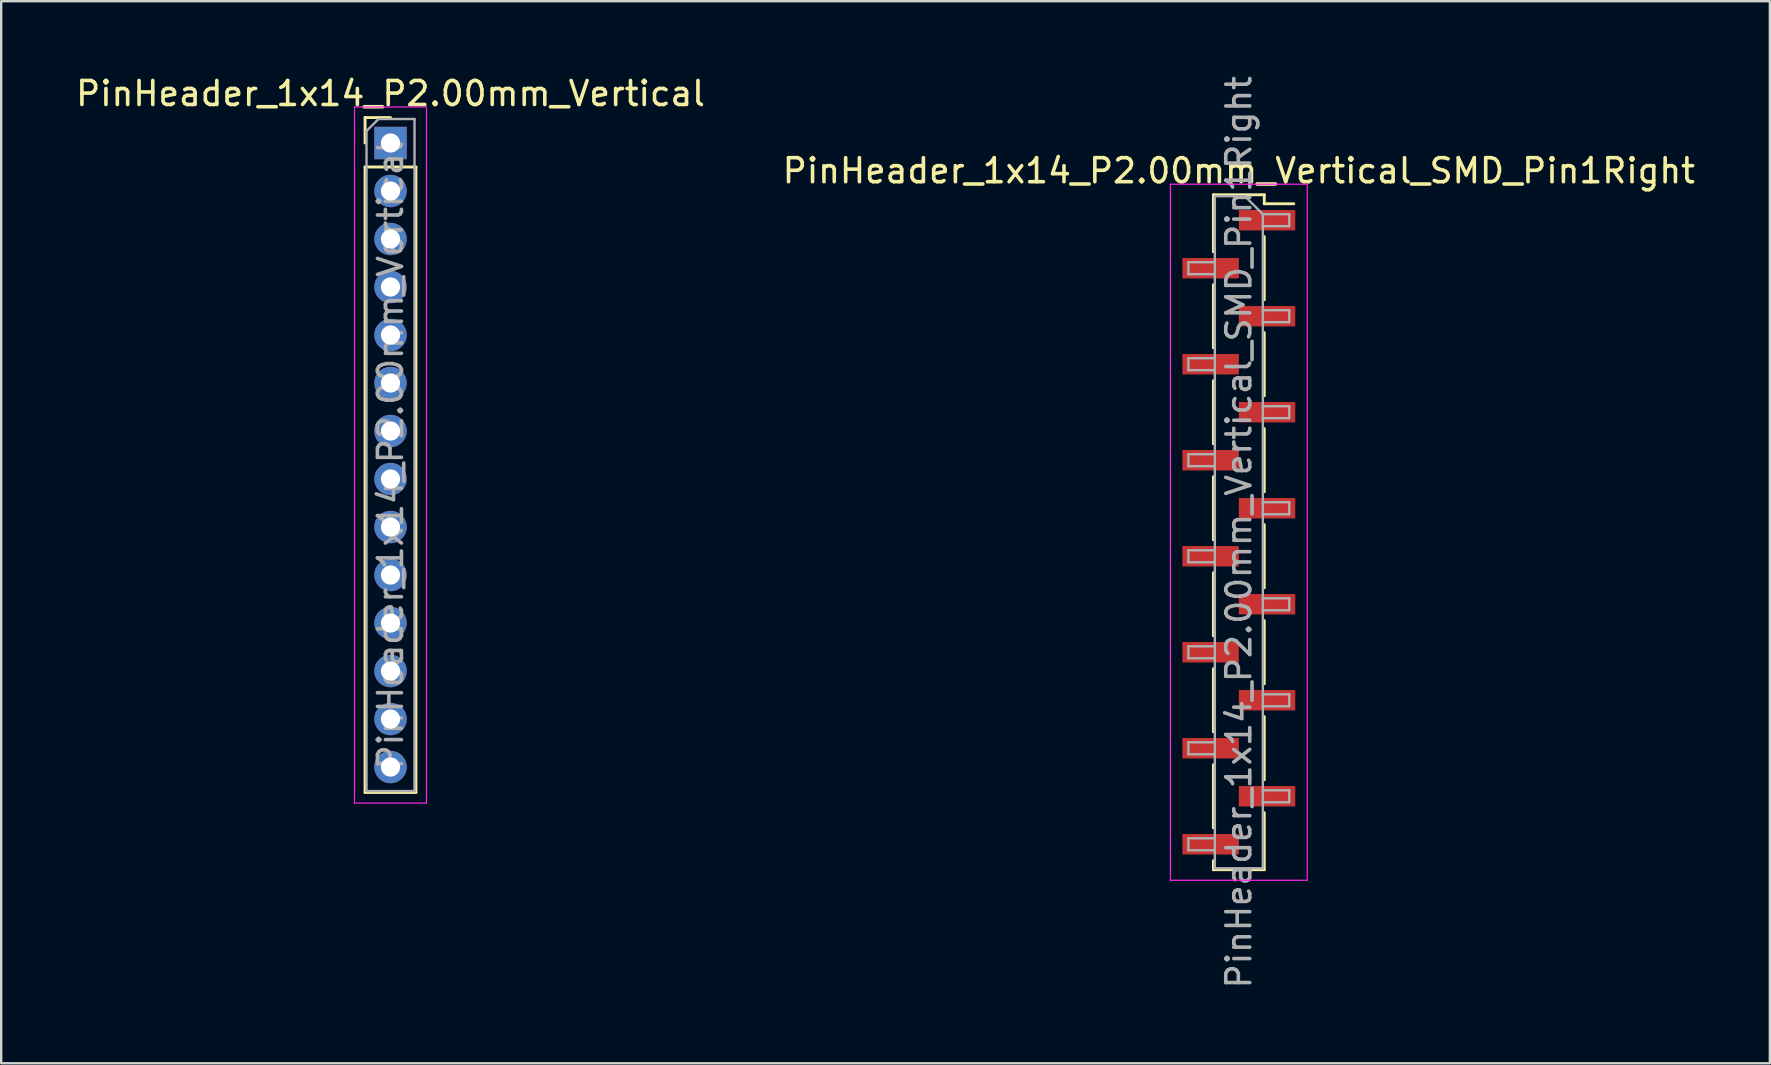
<source format=kicad_pcb>
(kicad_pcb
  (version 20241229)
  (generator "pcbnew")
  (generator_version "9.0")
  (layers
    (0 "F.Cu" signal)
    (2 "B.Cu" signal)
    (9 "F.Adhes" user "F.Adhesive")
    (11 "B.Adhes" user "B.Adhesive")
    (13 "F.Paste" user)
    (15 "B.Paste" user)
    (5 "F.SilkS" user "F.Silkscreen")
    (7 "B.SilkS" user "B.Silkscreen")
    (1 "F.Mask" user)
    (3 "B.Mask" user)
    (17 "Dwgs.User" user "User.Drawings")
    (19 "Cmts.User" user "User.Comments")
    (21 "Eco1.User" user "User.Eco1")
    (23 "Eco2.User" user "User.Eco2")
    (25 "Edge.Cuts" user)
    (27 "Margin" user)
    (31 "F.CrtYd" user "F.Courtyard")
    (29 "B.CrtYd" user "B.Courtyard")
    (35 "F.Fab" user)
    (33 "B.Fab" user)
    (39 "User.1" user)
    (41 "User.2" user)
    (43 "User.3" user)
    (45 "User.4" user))
  (footprint "PinHeader_1x14_P2.00mm_Vertical_SMD_Pin1Right"
    (layer "F.Cu")
    (at 48.565 19.125)
    (property "Reference" "PinHeader_1x14_P2.00mm_Vertical_SMD_Pin1Right" (at 0 -15.06 0) (layer "F.SilkS") (effects (font (size 1 1) (thickness 0.15))))
    (attr smd)
    (fp_line (start -1.06 -14.06) (end -1.06 -11.685) (stroke (width 0.12) (type solid)) (layer "F.SilkS"))
    (fp_line (start -1.06 -14.06) (end 1.06 -14.06) (stroke (width 0.12) (type solid)) (layer "F.SilkS"))
    (fp_line (start -1.06 -10.315) (end -1.06 -7.685) (stroke (width 0.12) (type solid)) (layer "F.SilkS"))
    (fp_line (start -1.06 -6.315) (end -1.06 -3.685) (stroke (width 0.12) (type solid)) (layer "F.SilkS"))
    (fp_line (start -1.06 -2.315) (end -1.06 0.315) (stroke (width 0.12) (type solid)) (layer "F.SilkS"))
    (fp_line (start -1.06 1.685) (end -1.06 4.315) (stroke (width 0.12) (type solid)) (layer "F.SilkS"))
    (fp_line (start -1.06 5.685) (end -1.06 8.315) (stroke (width 0.12) (type solid)) (layer "F.SilkS"))
    (fp_line (start -1.06 9.685) (end -1.06 12.315) (stroke (width 0.12) (type solid)) (layer "F.SilkS"))
    (fp_line (start -1.06 13.685) (end -1.06 14.06) (stroke (width 0.12) (type solid)) (layer "F.SilkS"))
    (fp_line (start -1.06 14.06) (end 1.06 14.06) (stroke (width 0.12) (type solid)) (layer "F.SilkS"))
    (fp_line (start 1.06 -14.06) (end 1.06 -13.685) (stroke (width 0.12) (type solid)) (layer "F.SilkS"))
    (fp_line (start 1.06 -13.685) (end 2.29 -13.685) (stroke (width 0.12) (type solid)) (layer "F.SilkS"))
    (fp_line (start 1.06 -12.315) (end 1.06 -9.685) (stroke (width 0.12) (type solid)) (layer "F.SilkS"))
    (fp_line (start 1.06 -8.315) (end 1.06 -5.685) (stroke (width 0.12) (type solid)) (layer "F.SilkS"))
    (fp_line (start 1.06 -4.315) (end 1.06 -1.685) (stroke (width 0.12) (type solid)) (layer "F.SilkS"))
    (fp_line (start 1.06 -0.315) (end 1.06 2.315) (stroke (width 0.12) (type solid)) (layer "F.SilkS"))
    (fp_line (start 1.06 3.685) (end 1.06 6.315) (stroke (width 0.12) (type solid)) (layer "F.SilkS"))
    (fp_line (start 1.06 7.685) (end 1.06 10.315) (stroke (width 0.12) (type solid)) (layer "F.SilkS"))
    (fp_line (start 1.06 11.685) (end 1.06 14.06) (stroke (width 0.12) (type solid)) (layer "F.SilkS"))
    (fp_line (start -2.85 -14.5) (end -2.85 14.5) (stroke (width 0.05) (type solid)) (layer "F.CrtYd"))
    (fp_line (start -2.85 14.5) (end 2.85 14.5) (stroke (width 0.05) (type solid)) (layer "F.CrtYd"))
    (fp_line (start 2.85 -14.5) (end -2.85 -14.5) (stroke (width 0.05) (type solid)) (layer "F.CrtYd"))
    (fp_line (start 2.85 14.5) (end 2.85 -14.5) (stroke (width 0.05) (type solid)) (layer "F.CrtYd"))
    (fp_line (start -2.1 -11.25) (end -2.1 -10.75) (stroke (width 0.1) (type solid)) (layer "F.Fab"))
    (fp_line (start -2.1 -10.75) (end -1 -10.75) (stroke (width 0.1) (type solid)) (layer "F.Fab"))
    (fp_line (start -2.1 -7.25) (end -2.1 -6.75) (stroke (width 0.1) (type solid)) (layer "F.Fab"))
    (fp_line (start -2.1 -6.75) (end -1 -6.75) (stroke (width 0.1) (type solid)) (layer "F.Fab"))
    (fp_line (start -2.1 -3.25) (end -2.1 -2.75) (stroke (width 0.1) (type solid)) (layer "F.Fab"))
    (fp_line (start -2.1 -2.75) (end -1 -2.75) (stroke (width 0.1) (type solid)) (layer "F.Fab"))
    (fp_line (start -2.1 0.75) (end -2.1 1.25) (stroke (width 0.1) (type solid)) (layer "F.Fab"))
    (fp_line (start -2.1 1.25) (end -1 1.25) (stroke (width 0.1) (type solid)) (layer "F.Fab"))
    (fp_line (start -2.1 4.75) (end -2.1 5.25) (stroke (width 0.1) (type solid)) (layer "F.Fab"))
    (fp_line (start -2.1 5.25) (end -1 5.25) (stroke (width 0.1) (type solid)) (layer "F.Fab"))
    (fp_line (start -2.1 8.75) (end -2.1 9.25) (stroke (width 0.1) (type solid)) (layer "F.Fab"))
    (fp_line (start -2.1 9.25) (end -1 9.25) (stroke (width 0.1) (type solid)) (layer "F.Fab"))
    (fp_line (start -2.1 12.75) (end -2.1 13.25) (stroke (width 0.1) (type solid)) (layer "F.Fab"))
    (fp_line (start -2.1 13.25) (end -1 13.25) (stroke (width 0.1) (type solid)) (layer "F.Fab"))
    (fp_line (start -1 -14) (end -1 14) (stroke (width 0.1) (type solid)) (layer "F.Fab"))
    (fp_line (start -1 -14) (end 0.25 -14) (stroke (width 0.1) (type solid)) (layer "F.Fab"))
    (fp_line (start -1 -11.25) (end -2.1 -11.25) (stroke (width 0.1) (type solid)) (layer "F.Fab"))
    (fp_line (start -1 -7.25) (end -2.1 -7.25) (stroke (width 0.1) (type solid)) (layer "F.Fab"))
    (fp_line (start -1 -3.25) (end -2.1 -3.25) (stroke (width 0.1) (type solid)) (layer "F.Fab"))
    (fp_line (start -1 0.75) (end -2.1 0.75) (stroke (width 0.1) (type solid)) (layer "F.Fab"))
    (fp_line (start -1 4.75) (end -2.1 4.75) (stroke (width 0.1) (type solid)) (layer "F.Fab"))
    (fp_line (start -1 8.75) (end -2.1 8.75) (stroke (width 0.1) (type solid)) (layer "F.Fab"))
    (fp_line (start -1 12.75) (end -2.1 12.75) (stroke (width 0.1) (type solid)) (layer "F.Fab"))
    (fp_line (start 1 -13.25) (end 0.25 -14) (stroke (width 0.1) (type solid)) (layer "F.Fab"))
    (fp_line (start 1 -13.25) (end 2.1 -13.25) (stroke (width 0.1) (type solid)) (layer "F.Fab"))
    (fp_line (start 1 -9.25) (end 2.1 -9.25) (stroke (width 0.1) (type solid)) (layer "F.Fab"))
    (fp_line (start 1 -5.25) (end 2.1 -5.25) (stroke (width 0.1) (type solid)) (layer "F.Fab"))
    (fp_line (start 1 -1.25) (end 2.1 -1.25) (stroke (width 0.1) (type solid)) (layer "F.Fab"))
    (fp_line (start 1 2.75) (end 2.1 2.75) (stroke (width 0.1) (type solid)) (layer "F.Fab"))
    (fp_line (start 1 6.75) (end 2.1 6.75) (stroke (width 0.1) (type solid)) (layer "F.Fab"))
    (fp_line (start 1 10.75) (end 2.1 10.75) (stroke (width 0.1) (type solid)) (layer "F.Fab"))
    (fp_line (start 1 14) (end -1 14) (stroke (width 0.1) (type solid)) (layer "F.Fab"))
    (fp_line (start 1 14) (end 1 -13.25) (stroke (width 0.1) (type solid)) (layer "F.Fab"))
    (fp_line (start 2.1 -13.25) (end 2.1 -12.75) (stroke (width 0.1) (type solid)) (layer "F.Fab"))
    (fp_line (start 2.1 -12.75) (end 1 -12.75) (stroke (width 0.1) (type solid)) (layer "F.Fab"))
    (fp_line (start 2.1 -9.25) (end 2.1 -8.75) (stroke (width 0.1) (type solid)) (layer "F.Fab"))
    (fp_line (start 2.1 -8.75) (end 1 -8.75) (stroke (width 0.1) (type solid)) (layer "F.Fab"))
    (fp_line (start 2.1 -5.25) (end 2.1 -4.75) (stroke (width 0.1) (type solid)) (layer "F.Fab"))
    (fp_line (start 2.1 -4.75) (end 1 -4.75) (stroke (width 0.1) (type solid)) (layer "F.Fab"))
    (fp_line (start 2.1 -1.25) (end 2.1 -0.75) (stroke (width 0.1) (type solid)) (layer "F.Fab"))
    (fp_line (start 2.1 -0.75) (end 1 -0.75) (stroke (width 0.1) (type solid)) (layer "F.Fab"))
    (fp_line (start 2.1 2.75) (end 2.1 3.25) (stroke (width 0.1) (type solid)) (layer "F.Fab"))
    (fp_line (start 2.1 3.25) (end 1 3.25) (stroke (width 0.1) (type solid)) (layer "F.Fab"))
    (fp_line (start 2.1 6.75) (end 2.1 7.25) (stroke (width 0.1) (type solid)) (layer "F.Fab"))
    (fp_line (start 2.1 7.25) (end 1 7.25) (stroke (width 0.1) (type solid)) (layer "F.Fab"))
    (fp_line (start 2.1 10.75) (end 2.1 11.25) (stroke (width 0.1) (type solid)) (layer "F.Fab"))
    (fp_line (start 2.1 11.25) (end 1 11.25) (stroke (width 0.1) (type solid)) (layer "F.Fab"))
    (fp_text user "${REFERENCE}" (at 0 0 90) (layer "F.Fab") (effects (font (size 1 1) (thickness 0.15))))
    (pad "1" smd rect (at 1.175 -13) (size 2.35 0.85) (layers "F.Cu" "F.Mask" "F.Paste"))
    (pad "2" smd rect (at -1.175 -11) (size 2.35 0.85) (layers "F.Cu" "F.Mask" "F.Paste"))
    (pad "3" smd rect (at 1.175 -9) (size 2.35 0.85) (layers "F.Cu" "F.Mask" "F.Paste"))
    (pad "4" smd rect (at -1.175 -7) (size 2.35 0.85) (layers "F.Cu" "F.Mask" "F.Paste"))
    (pad "5" smd rect (at 1.175 -5) (size 2.35 0.85) (layers "F.Cu" "F.Mask" "F.Paste"))
    (pad "6" smd rect (at -1.175 -3) (size 2.35 0.85) (layers "F.Cu" "F.Mask" "F.Paste"))
    (pad "7" smd rect (at 1.175 -1) (size 2.35 0.85) (layers "F.Cu" "F.Mask" "F.Paste"))
    (pad "8" smd rect (at -1.175 1) (size 2.35 0.85) (layers "F.Cu" "F.Mask" "F.Paste"))
    (pad "9" smd rect (at 1.175 3) (size 2.35 0.85) (layers "F.Cu" "F.Mask" "F.Paste"))
    (pad "10" smd rect (at -1.175 5) (size 2.35 0.85) (layers "F.Cu" "F.Mask" "F.Paste"))
    (pad "11" smd rect (at 1.175 7) (size 2.35 0.85) (layers "F.Cu" "F.Mask" "F.Paste"))
    (pad "12" smd rect (at -1.175 9) (size 2.35 0.85) (layers "F.Cu" "F.Mask" "F.Paste"))
    (pad "13" smd rect (at 1.175 11) (size 2.35 0.85) (layers "F.Cu" "F.Mask" "F.Paste"))
    (pad "14" smd rect (at -1.175 13) (size 2.35 0.85) (layers "F.Cu" "F.Mask" "F.Paste")))
  (footprint "PinHeader_1x14_P2.00mm_Vertical"
    (layer "F.Cu")
    (at 13.22 2.908)
    (property "Reference" "PinHeader_1x14_P2.00mm_Vertical" (at 0 -2.06 0) (layer "F.SilkS") (effects (font (size 1 1) (thickness 0.15))))
    (attr through_hole)
    (fp_line (start -1.06 -1.06) (end 0 -1.06) (stroke (width 0.12) (type solid)) (layer "F.SilkS"))
    (fp_line (start -1.06 0) (end -1.06 -1.06) (stroke (width 0.12) (type solid)) (layer "F.SilkS"))
    (fp_line (start -1.06 1) (end -1.06 27.06) (stroke (width 0.12) (type solid)) (layer "F.SilkS"))
    (fp_line (start -1.06 1) (end 1.06 1) (stroke (width 0.12) (type solid)) (layer "F.SilkS"))
    (fp_line (start -1.06 27.06) (end 1.06 27.06) (stroke (width 0.12) (type solid)) (layer "F.SilkS"))
    (fp_line (start 1.06 1) (end 1.06 27.06) (stroke (width 0.12) (type solid)) (layer "F.SilkS"))
    (fp_line (start -1.5 -1.5) (end -1.5 27.5) (stroke (width 0.05) (type solid)) (layer "F.CrtYd"))
    (fp_line (start -1.5 27.5) (end 1.5 27.5) (stroke (width 0.05) (type solid)) (layer "F.CrtYd"))
    (fp_line (start 1.5 -1.5) (end -1.5 -1.5) (stroke (width 0.05) (type solid)) (layer "F.CrtYd"))
    (fp_line (start 1.5 27.5) (end 1.5 -1.5) (stroke (width 0.05) (type solid)) (layer "F.CrtYd"))
    (fp_line (start -1 -0.5) (end -0.5 -1) (stroke (width 0.1) (type solid)) (layer "F.Fab"))
    (fp_line (start -1 27) (end -1 -0.5) (stroke (width 0.1) (type solid)) (layer "F.Fab"))
    (fp_line (start -0.5 -1) (end 1 -1) (stroke (width 0.1) (type solid)) (layer "F.Fab"))
    (fp_line (start 1 -1) (end 1 27) (stroke (width 0.1) (type solid)) (layer "F.Fab"))
    (fp_line (start 1 27) (end -1 27) (stroke (width 0.1) (type solid)) (layer "F.Fab"))
    (fp_text user "${REFERENCE}" (at 0 13 90) (layer "F.Fab") (effects (font (size 1 1) (thickness 0.15))))
    (pad "1" thru_hole rect (at 0 0) (size 1.35 1.35) (drill 0.8) (layers "*.Cu" "*.Mask"))
    (pad "2" thru_hole oval (at 0 2) (size 1.35 1.35) (drill 0.8) (layers "*.Cu" "*.Mask"))
    (pad "3" thru_hole oval (at 0 4) (size 1.35 1.35) (drill 0.8) (layers "*.Cu" "*.Mask"))
    (pad "4" thru_hole oval (at 0 6) (size 1.35 1.35) (drill 0.8) (layers "*.Cu" "*.Mask"))
    (pad "5" thru_hole oval (at 0 8) (size 1.35 1.35) (drill 0.8) (layers "*.Cu" "*.Mask"))
    (pad "6" thru_hole oval (at 0 10) (size 1.35 1.35) (drill 0.8) (layers "*.Cu" "*.Mask"))
    (pad "7" thru_hole oval (at 0 12) (size 1.35 1.35) (drill 0.8) (layers "*.Cu" "*.Mask"))
    (pad "8" thru_hole oval (at 0 14) (size 1.35 1.35) (drill 0.8) (layers "*.Cu" "*.Mask"))
    (pad "9" thru_hole oval (at 0 16) (size 1.35 1.35) (drill 0.8) (layers "*.Cu" "*.Mask"))
    (pad "10" thru_hole oval (at 0 18) (size 1.35 1.35) (drill 0.8) (layers "*.Cu" "*.Mask"))
    (pad "11" thru_hole oval (at 0 20) (size 1.35 1.35) (drill 0.8) (layers "*.Cu" "*.Mask"))
    (pad "12" thru_hole oval (at 0 22) (size 1.35 1.35) (drill 0.8) (layers "*.Cu" "*.Mask"))
    (pad "13" thru_hole oval (at 0 24) (size 1.35 1.35) (drill 0.8) (layers "*.Cu" "*.Mask"))
    (pad "14" thru_hole oval (at 0 26) (size 1.35 1.35) (drill 0.8) (layers "*.Cu" "*.Mask")))
  (gr_rect
    (start -3 -3)
    (end 70.69 41.25)
    (stroke (width 0.1) (type default))
    (fill no)
    (layer "Edge.Cuts")))
</source>
